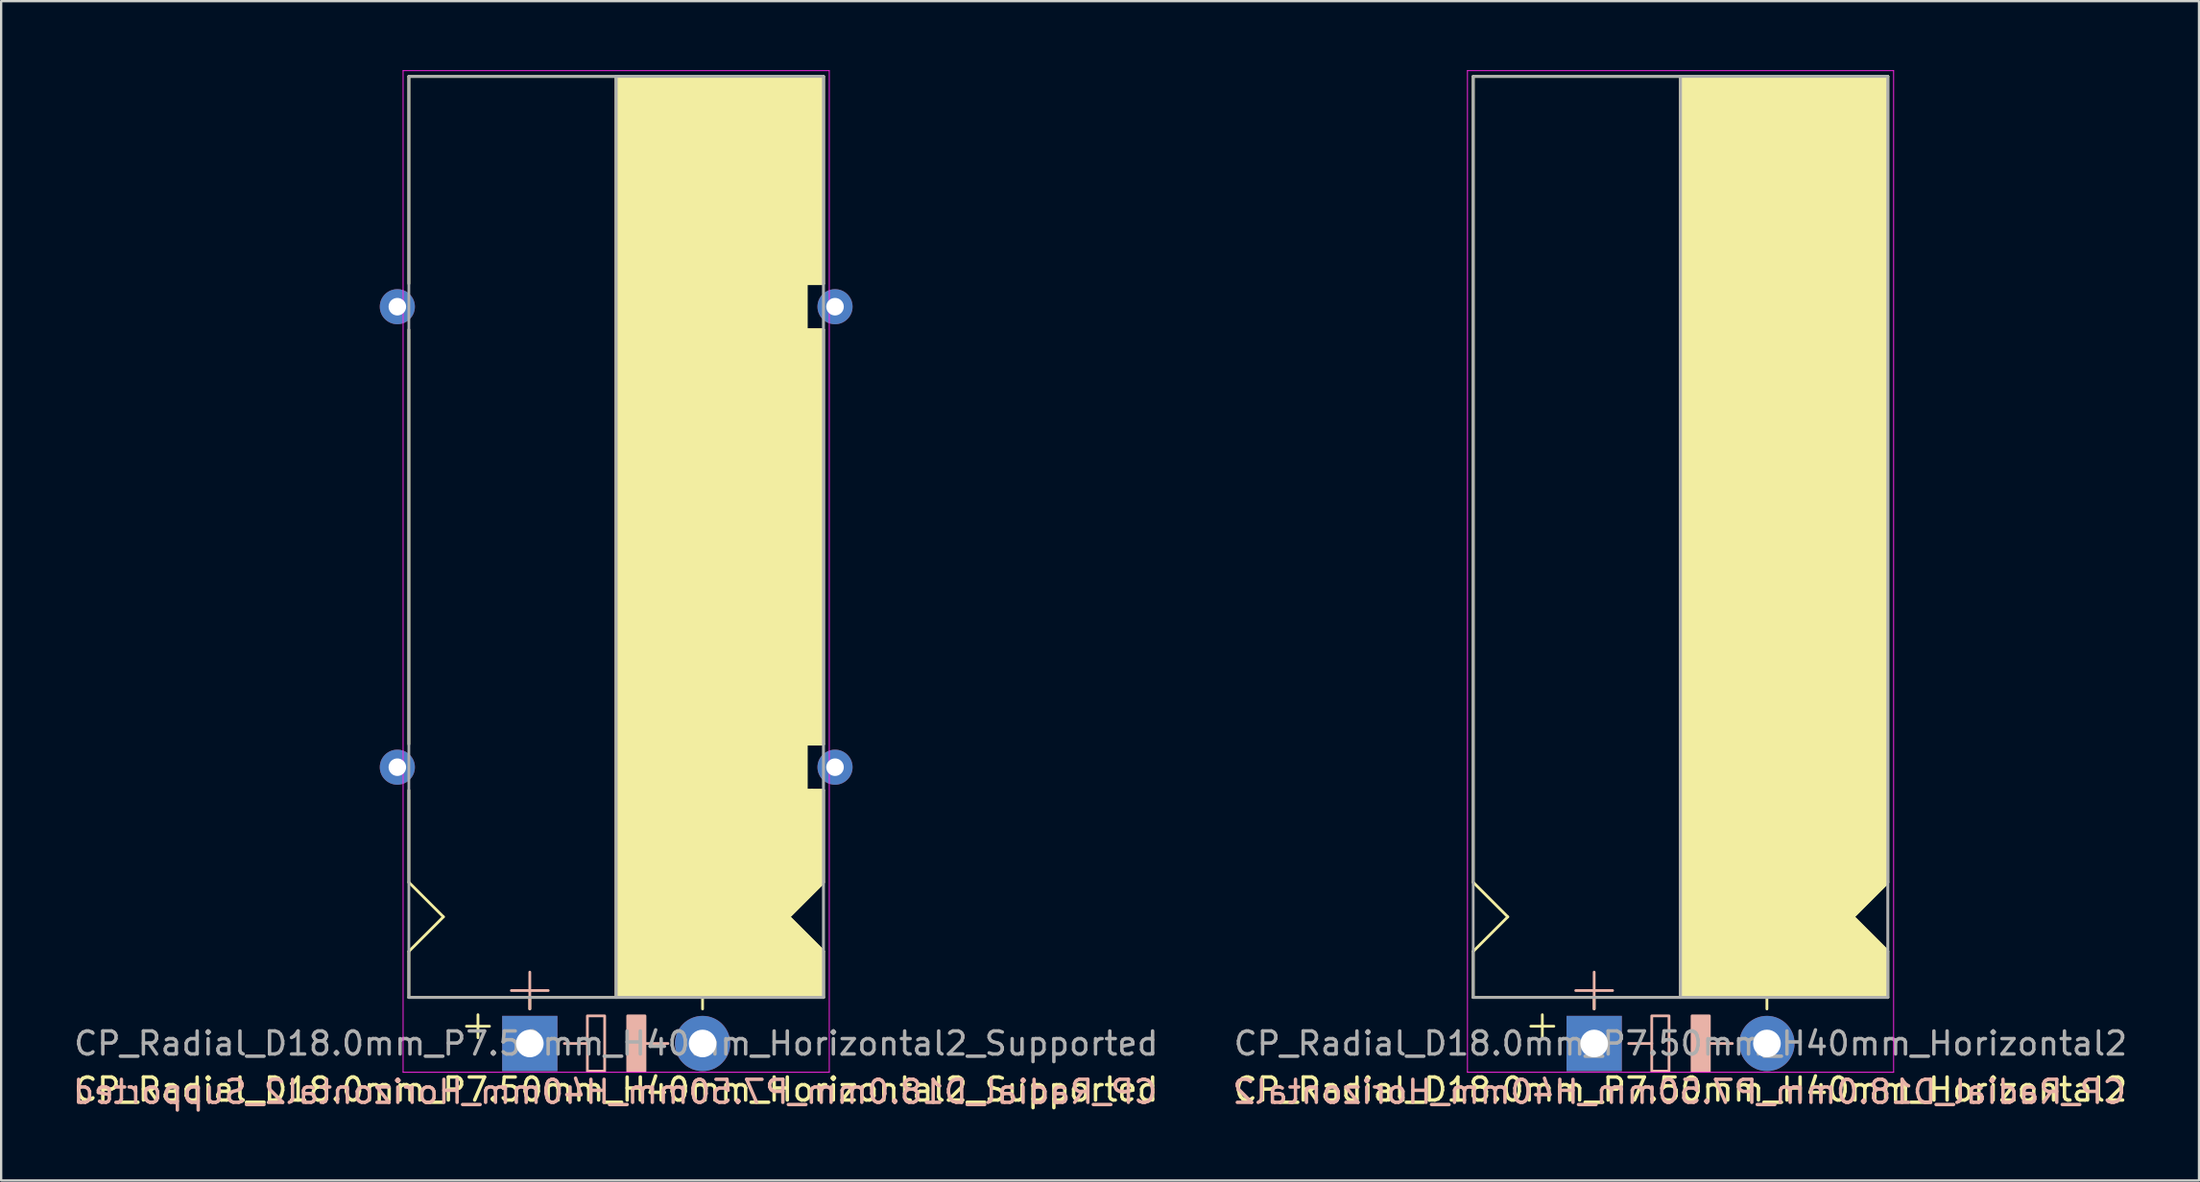
<source format=kicad_pcb>
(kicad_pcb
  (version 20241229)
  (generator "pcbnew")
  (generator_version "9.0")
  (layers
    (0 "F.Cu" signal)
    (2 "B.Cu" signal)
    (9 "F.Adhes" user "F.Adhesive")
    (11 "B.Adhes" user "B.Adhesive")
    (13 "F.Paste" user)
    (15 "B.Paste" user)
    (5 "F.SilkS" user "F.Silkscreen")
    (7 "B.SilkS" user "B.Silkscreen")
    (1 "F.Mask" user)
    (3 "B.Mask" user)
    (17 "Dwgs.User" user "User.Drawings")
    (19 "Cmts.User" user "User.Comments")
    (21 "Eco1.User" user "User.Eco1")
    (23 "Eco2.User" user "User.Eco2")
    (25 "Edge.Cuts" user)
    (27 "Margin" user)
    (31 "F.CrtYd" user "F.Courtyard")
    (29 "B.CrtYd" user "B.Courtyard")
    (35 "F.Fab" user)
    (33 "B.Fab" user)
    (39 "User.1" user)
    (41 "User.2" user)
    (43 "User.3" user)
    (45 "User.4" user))
  (footprint "CP_Radial_D18.0mm_P7.50mm_H40mm_Horizontal2"
    (layer "F.Cu")
    (at 66.154 42.27)
    (property "Reference" "CP_Radial_D18.0mm_P7.50mm_H40mm_Horizontal2" (at 3.75 2 0) (layer "F.SilkS") (effects (font (size 1 1) (thickness 0.15))))
    (fp_line (start -5.25 -42) (end 12.75 -42) (stroke (width 0.12) (type solid)) (layer "F.SilkS"))
    (fp_line (start -5.25 -7) (end -5.25 -42) (stroke (width 0.12) (type solid)) (layer "F.SilkS"))
    (fp_line (start -5.25 -7) (end -3.75 -5.5) (stroke (width 0.12) (type solid)) (layer "F.SilkS"))
    (fp_line (start -5.25 -4) (end -3.75 -5.5) (stroke (width 0.12) (type solid)) (layer "F.SilkS"))
    (fp_line (start -5.25 -2) (end -5.25 -4) (stroke (width 0.12) (type solid)) (layer "F.SilkS"))
    (fp_line (start -5.25 -2) (end 12.75 -2) (stroke (width 0.12) (type solid)) (layer "F.SilkS"))
    (fp_line (start -2.25 -1.25) (end -2.25 -0.25) (stroke (width 0.12) (type solid)) (layer "F.SilkS"))
    (fp_line (start -1.75 -0.75) (end -2.75 -0.75) (stroke (width 0.12) (type solid)) (layer "F.SilkS"))
    (fp_line (start 0 -1.5) (end 0 -2) (stroke (width 0.12) (type solid)) (layer "F.SilkS"))
    (fp_line (start 3.75 -2) (end 3.75 -42) (stroke (width 0.12) (type solid)) (layer "F.SilkS"))
    (fp_line (start 7.5 -1.5) (end 7.5 -2) (stroke (width 0.12) (type solid)) (layer "F.SilkS"))
    (fp_line (start 12.75 -42) (end 12.75 -7) (stroke (width 0.12) (type solid)) (layer "F.SilkS"))
    (fp_line (start 12.75 -7) (end 11.25 -5.5) (stroke (width 0.12) (type solid)) (layer "F.SilkS"))
    (fp_line (start 12.75 -4) (end 11.25 -5.5) (stroke (width 0.12) (type solid)) (layer "F.SilkS"))
    (fp_line (start 12.75 -2) (end 12.75 -4) (stroke (width 0.12) (type solid)) (layer "F.SilkS"))
    (fp_poly (pts (xy 12.75 -4) (xy 11.25 -5.5) (xy 12.75 -7) (xy 12.75 -42) (xy 3.75 -42) (xy 3.75 -2) (xy 12.75 -2)) (stroke (width 0.1) (type solid)) (fill yes) (layer "F.SilkS"))
    (fp_line (start 0 -3.1) (end 0 -1.5) (stroke (width 0.12) (type solid)) (layer "B.SilkS"))
    (fp_line (start 0.8 -2.3) (end -0.8 -2.3) (stroke (width 0.12) (type solid)) (layer "B.SilkS"))
    (fp_line (start 2.5 0) (end 1.5 0) (stroke (width 0.12) (type solid)) (layer "B.SilkS"))
    (fp_line (start 6 0) (end 5 0) (stroke (width 0.12) (type solid)) (layer "B.SilkS"))
    (fp_rect (start 2.5 -1.2) (end 3.25 1.2) (stroke (width 0.12) (type solid)) (fill no) (layer "B.SilkS"))
    (fp_rect (start 4.25 -1.2) (end 5 1.2) (stroke (width 0.12) (type solid)) (fill yes) (layer "B.SilkS"))
    (fp_line (start -5.5 -42.25) (end 13 -42.25) (stroke (width 0.04) (type solid)) (layer "F.CrtYd"))
    (fp_line (start -5.5 1.25) (end -5.5 -42.25) (stroke (width 0.04) (type solid)) (layer "F.CrtYd"))
    (fp_line (start 13 -42.25) (end 13 1.25) (stroke (width 0.04) (type solid)) (layer "F.CrtYd"))
    (fp_line (start 13 1.25) (end -5.5 1.25) (stroke (width 0.04) (type solid)) (layer "F.CrtYd"))
    (fp_line (start -5.25 -42) (end 12.75 -42) (stroke (width 0.12) (type solid)) (layer "F.Fab"))
    (fp_line (start -5.25 -2) (end -5.25 -42) (stroke (width 0.12) (type solid)) (layer "F.Fab"))
    (fp_line (start 3.75 -2) (end 3.75 -42) (stroke (width 0.12) (type solid)) (layer "F.Fab"))
    (fp_line (start 12.75 -42) (end 12.75 -2) (stroke (width 0.12) (type solid)) (layer "F.Fab"))
    (fp_line (start 12.75 -2) (end -5.25 -2) (stroke (width 0.12) (type solid)) (layer "F.Fab"))
    (fp_poly (pts (xy 12.75 -42) (xy 3.75 -42) (xy 3.75 -2) (xy 12.75 -2)) (stroke (width 0.1) (type solid)) (fill no) (layer "F.Fab"))
    (fp_text user "${REFERENCE}" (at 3.7 2.1 0) (layer "B.SilkS") (effects (font (size 1 1) (thickness 0.15)) (justify mirror)))
    (fp_text user "${REFERENCE}" (at 3.75 0 0) (layer "F.Fab") (effects (font (size 1 1) (thickness 0.15))))
    (pad "1" thru_hole rect (at 0 0) (size 2.4 2.4) (drill 1.2) (layers "*.Cu" "*.Mask"))
    (pad "2" thru_hole circle (at 7.5 0) (size 2.4 2.4) (drill 1.2) (layers "*.Cu" "*.Mask")))
  (footprint "CP_Radial_D18.0mm_P7.50mm_H40mm_Horizontal2_Supported"
    (layer "F.Cu")
    (at 19.949 42.27)
    (property "Reference" "CP_Radial_D18.0mm_P7.50mm_H40mm_Horizontal2_Supported" (at 3.75 2 0) (layer "F.SilkS") (effects (font (size 1 1) (thickness 0.15))))
    (fp_line (start -5.25 -42) (end 12.75 -42) (stroke (width 0.12) (type solid)) (layer "F.SilkS"))
    (fp_line (start -5.25 -33) (end -5.25 -42) (stroke (width 0.12) (type solid)) (layer "F.SilkS"))
    (fp_line (start -5.25 -13) (end -5.25 -31) (stroke (width 0.12) (type solid)) (layer "F.SilkS"))
    (fp_line (start -5.25 -11) (end -5.25 -7) (stroke (width 0.12) (type solid)) (layer "F.SilkS"))
    (fp_line (start -5.25 -7) (end -3.75 -5.5) (stroke (width 0.12) (type solid)) (layer "F.SilkS"))
    (fp_line (start -5.25 -4) (end -3.75 -5.5) (stroke (width 0.12) (type solid)) (layer "F.SilkS"))
    (fp_line (start -5.25 -2) (end -5.25 -4) (stroke (width 0.12) (type solid)) (layer "F.SilkS"))
    (fp_line (start -5.25 -2) (end 12.75 -2) (stroke (width 0.12) (type solid)) (layer "F.SilkS"))
    (fp_line (start -2.25 -1.25) (end -2.25 -0.25) (stroke (width 0.12) (type solid)) (layer "F.SilkS"))
    (fp_line (start -1.75 -0.75) (end -2.75 -0.75) (stroke (width 0.12) (type solid)) (layer "F.SilkS"))
    (fp_line (start 0 -1.5) (end 0 -2) (stroke (width 0.12) (type solid)) (layer "F.SilkS"))
    (fp_line (start 3.75 -2) (end 3.75 -42) (stroke (width 0.12) (type solid)) (layer "F.SilkS"))
    (fp_line (start 7.5 -1.5) (end 7.5 -2) (stroke (width 0.12) (type solid)) (layer "F.SilkS"))
    (fp_line (start 12 -33) (end 12.75 -33) (stroke (width 0.12) (type solid)) (layer "F.SilkS"))
    (fp_line (start 12 -31) (end 12 -33) (stroke (width 0.12) (type solid)) (layer "F.SilkS"))
    (fp_line (start 12 -13) (end 12.75 -13) (stroke (width 0.12) (type solid)) (layer "F.SilkS"))
    (fp_line (start 12 -11) (end 12 -13) (stroke (width 0.12) (type solid)) (layer "F.SilkS"))
    (fp_line (start 12.25 -11) (end 12 -11) (stroke (width 0.12) (type solid)) (layer "F.SilkS"))
    (fp_line (start 12.75 -33) (end 12.75 -42) (stroke (width 0.12) (type solid)) (layer "F.SilkS"))
    (fp_line (start 12.75 -31) (end 12 -31) (stroke (width 0.12) (type solid)) (layer "F.SilkS"))
    (fp_line (start 12.75 -13) (end 12.75 -31) (stroke (width 0.12) (type solid)) (layer "F.SilkS"))
    (fp_line (start 12.75 -11) (end 12.25 -11) (stroke (width 0.12) (type solid)) (layer "F.SilkS"))
    (fp_line (start 12.75 -11) (end 12.75 -7) (stroke (width 0.12) (type solid)) (layer "F.SilkS"))
    (fp_line (start 12.75 -7) (end 11.25 -5.5) (stroke (width 0.12) (type solid)) (layer "F.SilkS"))
    (fp_line (start 12.75 -4) (end 11.25 -5.5) (stroke (width 0.12) (type solid)) (layer "F.SilkS"))
    (fp_line (start 12.75 -2) (end 12.75 -4) (stroke (width 0.12) (type solid)) (layer "F.SilkS"))
    (fp_poly (pts (xy 12.75 -4) (xy 11.25 -5.5) (xy 12.75 -7) (xy 12.75 -11) (xy 12 -11) (xy 12 -13) (xy 12.75 -13) (xy 12.75 -31) (xy 12 -31) (xy 12 -33) (xy 12.75 -33) (xy 12.75 -42) (xy 3.75 -42) (xy 3.75 -2) (xy 12.75 -2)) (stroke (width 0.1) (type solid)) (fill yes) (layer "F.SilkS"))
    (fp_line (start 0 -3.1) (end 0 -1.5) (stroke (width 0.12) (type solid)) (layer "B.SilkS"))
    (fp_line (start 0.8 -2.3) (end -0.8 -2.3) (stroke (width 0.12) (type solid)) (layer "B.SilkS"))
    (fp_line (start 2.5 0) (end 1.5 0) (stroke (width 0.12) (type solid)) (layer "B.SilkS"))
    (fp_line (start 6 0) (end 5 0) (stroke (width 0.12) (type solid)) (layer "B.SilkS"))
    (fp_rect (start 2.5 -1.2) (end 3.25 1.2) (stroke (width 0.12) (type solid)) (fill no) (layer "B.SilkS"))
    (fp_rect (start 4.25 -1.2) (end 5 1.2) (stroke (width 0.12) (type solid)) (fill yes) (layer "B.SilkS"))
    (fp_line (start -5.5 -42.25) (end 13 -42.25) (stroke (width 0.04) (type solid)) (layer "F.CrtYd"))
    (fp_line (start -5.5 1.25) (end -5.5 -42.25) (stroke (width 0.04) (type solid)) (layer "F.CrtYd"))
    (fp_line (start 13 -42.25) (end 13 1.25) (stroke (width 0.04) (type solid)) (layer "F.CrtYd"))
    (fp_line (start 13 1.25) (end -5.5 1.25) (stroke (width 0.04) (type solid)) (layer "F.CrtYd"))
    (fp_line (start -5.25 -42) (end 12.75 -42) (stroke (width 0.12) (type solid)) (layer "F.Fab"))
    (fp_line (start -5.25 -2) (end -5.25 -42) (stroke (width 0.12) (type solid)) (layer "F.Fab"))
    (fp_line (start 3.75 -2) (end 3.75 -42) (stroke (width 0.12) (type solid)) (layer "F.Fab"))
    (fp_line (start 12.75 -42) (end 12.75 -2) (stroke (width 0.12) (type solid)) (layer "F.Fab"))
    (fp_line (start 12.75 -2) (end -5.25 -2) (stroke (width 0.12) (type solid)) (layer "F.Fab"))
    (fp_poly (pts (xy 12.75 -42) (xy 3.75 -42) (xy 3.75 -2) (xy 12.75 -2)) (stroke (width 0.1) (type solid)) (fill no) (layer "F.Fab"))
    (fp_text user "${REFERENCE}" (at 3.7 2.1 0) (layer "B.SilkS") (effects (font (size 1 1) (thickness 0.15)) (justify mirror)))
    (fp_text user "${REFERENCE}" (at 3.75 0 0) (layer "F.Fab") (effects (font (size 1 1) (thickness 0.15))))
    (pad "1" thru_hole rect (at 0 0) (size 2.4 2.4) (drill 1.2) (layers "*.Cu" "*.Mask"))
    (pad "2" thru_hole circle (at 7.5 0) (size 2.4 2.4) (drill 1.2) (layers "*.Cu" "*.Mask"))
    (pad "~" thru_hole circle (at -5.75 -32 180) (size 1.524 1.524) (drill 0.762) (layers "*.Cu" "*.Mask"))
    (pad "~" thru_hole circle (at -5.75 -12 180) (size 1.524 1.524) (drill 0.762) (layers "*.Cu" "*.Mask"))
    (pad "~" thru_hole circle (at 13.25 -32 180) (size 1.524 1.524) (drill 0.762) (layers "*.Cu" "*.Mask"))
    (pad "~" thru_hole circle (at 13.25 -12 180) (size 1.524 1.524) (drill 0.762) (layers "*.Cu" "*.Mask")))
  (gr_rect
    (start -3 -3)
    (end 92.41 48.218)
    (stroke (width 0.1) (type default))
    (fill no)
    (layer "Edge.Cuts")))
</source>
